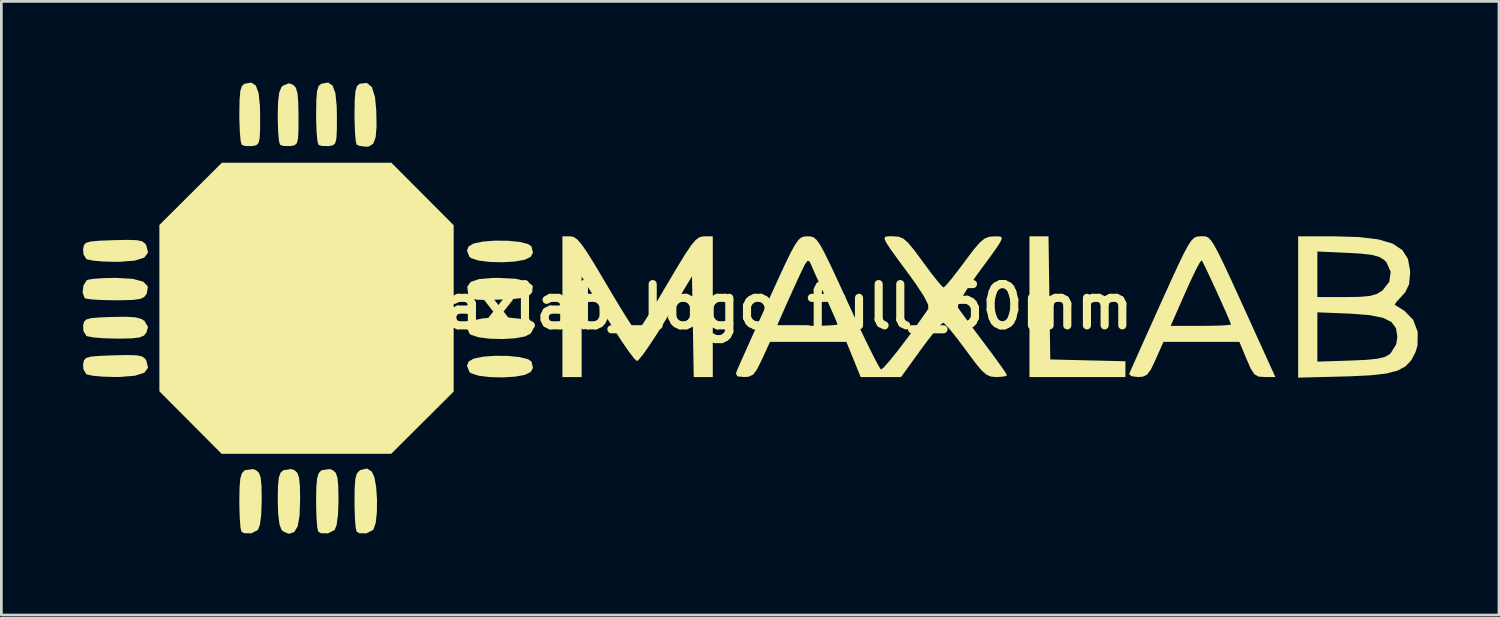
<source format=kicad_pcb>
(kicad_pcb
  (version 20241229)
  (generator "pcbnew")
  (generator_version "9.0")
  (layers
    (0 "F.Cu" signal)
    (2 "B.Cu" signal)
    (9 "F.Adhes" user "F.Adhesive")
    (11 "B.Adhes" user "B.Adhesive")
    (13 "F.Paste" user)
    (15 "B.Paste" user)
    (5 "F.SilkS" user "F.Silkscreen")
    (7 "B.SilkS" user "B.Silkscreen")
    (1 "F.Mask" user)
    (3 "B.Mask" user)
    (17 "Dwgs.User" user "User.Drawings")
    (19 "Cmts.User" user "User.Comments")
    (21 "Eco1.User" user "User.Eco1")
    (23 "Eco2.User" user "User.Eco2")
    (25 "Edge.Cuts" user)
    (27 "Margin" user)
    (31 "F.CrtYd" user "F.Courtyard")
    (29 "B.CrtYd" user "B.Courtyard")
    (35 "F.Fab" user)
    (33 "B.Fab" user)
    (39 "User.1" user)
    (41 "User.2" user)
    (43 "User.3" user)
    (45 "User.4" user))
  (footprint "maxlab_logo_full_50mm"
    (layer "F.Cu")
    (at 25.046 8.276)
    (property "Reference" "maxlab_logo_full_50mm" (at 0 0 0) (layer "F.SilkS") (effects (font (size 1.524 1.524) (thickness 0.3))))
    (attr board_only exclude_from_pos_files exclude_from_bom)
    (fp_poly (pts (xy 10.692 1.949) (xy 12.08 1.983) (xy 13.468 2.016) (xy 13.468 2.599) (xy 9.924 2.599) (xy 9.924 -2.599) (xy 10.627 -2.599)) (stroke (width 0) (type solid)) (fill yes) (layer "F.SilkS"))
    (fp_poly (pts (xy -11.341 -3.008) (xy -11.341 3.135) (xy -12.495 4.285) (xy -13.649 5.434) (xy -19.911 5.434) (xy -22.21 3.126) (xy -22.21 -3.017) (xy -19.902 -5.316) (xy -13.641 -5.316)) (stroke (width 0) (type solid)) (fill yes) (layer "F.SilkS"))
    (fp_poly (pts (xy -9.337 -2.434) (xy -8.908 -2.392) (xy -8.591 -2.312) (xy -8.467 -2.225) (xy -8.412 -1.993) (xy -8.498 -1.841) (xy -8.707 -1.735) (xy -9.076 -1.668) (xy -9.533 -1.64) (xy -10.004 -1.652) (xy -10.417 -1.703) (xy -10.699 -1.794) (xy -10.759 -1.841) (xy -10.85 -2.068) (xy -10.79 -2.225) (xy -10.604 -2.334) (xy -10.254 -2.406) (xy -9.808 -2.439)) (stroke (width 0) (type solid)) (fill yes) (layer "F.SilkS"))
    (fp_poly (pts (xy -9.337 0.401) (xy -8.908 0.443) (xy -8.591 0.524) (xy -8.467 0.61) (xy -8.412 0.842) (xy -8.498 0.994) (xy -8.707 1.101) (xy -9.076 1.168) (xy -9.533 1.195) (xy -10.004 1.183) (xy -10.417 1.132) (xy -10.699 1.042) (xy -10.759 0.994) (xy -10.85 0.767) (xy -10.79 0.61) (xy -10.604 0.501) (xy -10.254 0.43) (xy -9.808 0.396)) (stroke (width 0) (type solid)) (fill yes) (layer "F.SilkS"))
    (fp_poly (pts (xy -9.337 1.819) (xy -8.908 1.861) (xy -8.591 1.941) (xy -8.467 2.028) (xy -8.412 2.26) (xy -8.498 2.412) (xy -8.707 2.518) (xy -9.076 2.585) (xy -9.533 2.613) (xy -10.004 2.601) (xy -10.417 2.55) (xy -10.699 2.459) (xy -10.759 2.412) (xy -10.85 2.185) (xy -10.79 2.028) (xy -10.604 1.919) (xy -10.254 1.847) (xy -9.808 1.814)) (stroke (width 0) (type solid)) (fill yes) (layer "F.SilkS"))
    (fp_poly (pts (xy -14.36 -8.105) (xy -14.247 -7.744) (xy -14.2 -7.256) (xy -14.189 -6.656) (xy -14.222 -6.256) (xy -14.31 -6.022) (xy -14.462 -5.919) (xy -14.573 -5.907) (xy -14.82 -5.938) (xy -14.925 -5.986) (xy -14.96 -6.132) (xy -14.987 -6.456) (xy -15.002 -6.899) (xy -15.004 -7.112) (xy -14.996 -7.631) (xy -14.969 -7.96) (xy -14.913 -8.144) (xy -14.822 -8.229) (xy -14.81 -8.233) (xy -14.545 -8.263)) (stroke (width 0) (type solid)) (fill yes) (layer "F.SilkS"))
    (fp_poly (pts (xy -9.048 -1.03) (xy -8.621 -0.931) (xy -8.419 -0.768) (xy -8.442 -0.54) (xy -8.459 -0.509) (xy -8.564 -0.403) (xy -8.753 -0.333) (xy -9.074 -0.29) (xy -9.578 -0.264) (xy -9.661 -0.262) (xy -10.17 -0.249) (xy -10.492 -0.258) (xy -10.675 -0.297) (xy -10.768 -0.374) (xy -10.81 -0.474) (xy -10.838 -0.738) (xy -10.71 -0.916) (xy -10.403 -1.019) (xy -9.894 -1.061) (xy -9.696 -1.063)) (stroke (width 0) (type solid)) (fill yes) (layer "F.SilkS"))
    (fp_poly (pts (xy -17.222 6.039) (xy -17.116 6.134) (xy -17.052 6.312) (xy -17.02 6.623) (xy -17.012 7.119) (xy -17.012 7.128) (xy -17.033 7.72) (xy -17.101 8.109) (xy -17.227 8.321) (xy -17.42 8.388) (xy -17.426 8.388) (xy -17.616 8.312) (xy -17.697 8.246) (xy -17.774 8.046) (xy -17.823 7.651) (xy -17.839 7.13) (xy -17.83 6.627) (xy -17.798 6.311) (xy -17.733 6.13) (xy -17.635 6.041) (xy -17.335 5.997)) (stroke (width 0) (type solid)) (fill yes) (layer "F.SilkS"))
    (fp_poly (pts (xy -14.362 6.093) (xy -14.266 6.308) (xy -14.202 6.679) (xy -14.172 7.132) (xy -14.177 7.59) (xy -14.219 7.979) (xy -14.3 8.224) (xy -14.319 8.246) (xy -14.557 8.37) (xy -14.819 8.369) (xy -14.925 8.309) (xy -14.96 8.163) (xy -14.987 7.839) (xy -15.002 7.397) (xy -15.004 7.191) (xy -14.997 6.681) (xy -14.972 6.356) (xy -14.918 6.166) (xy -14.824 6.059) (xy -14.776 6.03) (xy -14.538 5.978)) (stroke (width 0) (type solid)) (fill yes) (layer "F.SilkS"))
    (fp_poly (pts (xy -23.195 -1.029) (xy -22.807 -0.924) (xy -22.635 -0.747) (xy -22.673 -0.493) (xy -22.687 -0.464) (xy -22.775 -0.353) (xy -22.927 -0.285) (xy -23.194 -0.249) (xy -23.627 -0.237) (xy -23.849 -0.236) (xy -24.323 -0.245) (xy -24.704 -0.267) (xy -24.931 -0.3) (xy -24.967 -0.315) (xy -25.046 -0.525) (xy -25.014 -0.788) (xy -24.89 -0.975) (xy -24.859 -0.992) (xy -24.653 -1.027) (xy -24.287 -1.053) (xy -23.838 -1.063) (xy -23.804 -1.063)) (stroke (width 0) (type solid)) (fill yes) (layer "F.SilkS"))
    (fp_poly (pts (xy -23.084 0.395) (xy -22.867 0.455) (xy -22.755 0.535) (xy -22.63 0.75) (xy -22.687 0.953) (xy -22.779 1.068) (xy -22.938 1.136) (xy -23.217 1.17) (xy -23.669 1.18) (xy -23.78 1.18) (xy -24.251 1.167) (xy -24.64 1.136) (xy -24.878 1.091) (xy -24.908 1.078) (xy -25.016 0.895) (xy -25.026 0.695) (xy -24.994 0.559) (xy -24.91 0.473) (xy -24.728 0.424) (xy -24.398 0.396) (xy -23.966 0.38) (xy -23.433 0.372)) (stroke (width 0) (type solid)) (fill yes) (layer "F.SilkS"))
    (fp_poly (pts (xy -23.049 -2.456) (xy -22.852 -2.416) (xy -22.741 -2.336) (xy -22.69 -2.257) (xy -22.627 -1.998) (xy -22.766 -1.814) (xy -23.115 -1.702) (xy -23.681 -1.657) (xy -23.843 -1.656) (xy -24.299 -1.669) (xy -24.673 -1.703) (xy -24.892 -1.75) (xy -24.908 -1.758) (xy -25.016 -1.941) (xy -25.026 -2.14) (xy -24.995 -2.273) (xy -24.916 -2.358) (xy -24.742 -2.408) (xy -24.427 -2.436) (xy -23.924 -2.455) (xy -23.9 -2.456) (xy -23.382 -2.467)) (stroke (width 0) (type solid)) (fill yes) (layer "F.SilkS"))
    (fp_poly (pts (xy -23.049 1.797) (xy -22.852 1.837) (xy -22.741 1.917) (xy -22.69 1.996) (xy -22.627 2.255) (xy -22.766 2.439) (xy -23.115 2.551) (xy -23.681 2.596) (xy -23.843 2.597) (xy -24.299 2.584) (xy -24.673 2.55) (xy -24.892 2.503) (xy -24.908 2.495) (xy -25.016 2.312) (xy -25.026 2.113) (xy -24.995 1.98) (xy -24.916 1.895) (xy -24.742 1.845) (xy -24.427 1.817) (xy -23.924 1.798) (xy -23.9 1.797) (xy -23.382 1.786)) (stroke (width 0) (type solid)) (fill yes) (layer "F.SilkS"))
    (fp_poly (pts (xy -18.648 -8.168) (xy -18.545 -7.887) (xy -18.496 -7.409) (xy -18.489 -7.016) (xy -18.491 -6.516) (xy -18.508 -6.205) (xy -18.552 -6.036) (xy -18.635 -5.961) (xy -18.772 -5.933) (xy -18.789 -5.931) (xy -19.047 -5.934) (xy -19.173 -5.98) (xy -19.21 -6.129) (xy -19.239 -6.455) (xy -19.255 -6.9) (xy -19.257 -7.112) (xy -19.249 -7.631) (xy -19.222 -7.96) (xy -19.166 -8.144) (xy -19.075 -8.229) (xy -19.063 -8.233) (xy -18.817 -8.276)) (stroke (width 0) (type solid)) (fill yes) (layer "F.SilkS"))
    (fp_poly (pts (xy -18.64 6.039) (xy -18.533 6.134) (xy -18.469 6.312) (xy -18.438 6.623) (xy -18.43 7.119) (xy -18.43 7.128) (xy -18.448 7.674) (xy -18.498 8.061) (xy -18.572 8.246) (xy -18.81 8.37) (xy -19.072 8.369) (xy -19.178 8.309) (xy -19.213 8.163) (xy -19.24 7.839) (xy -19.255 7.397) (xy -19.257 7.193) (xy -19.249 6.674) (xy -19.22 6.343) (xy -19.162 6.15) (xy -19.065 6.048) (xy -19.053 6.041) (xy -18.753 5.997)) (stroke (width 0) (type solid)) (fill yes) (layer "F.SilkS"))
    (fp_poly (pts (xy -15.813 -8.168) (xy -15.709 -7.887) (xy -15.661 -7.409) (xy -15.653 -7.016) (xy -15.656 -6.516) (xy -15.673 -6.205) (xy -15.716 -6.036) (xy -15.8 -5.961) (xy -15.937 -5.933) (xy -15.953 -5.931) (xy -16.211 -5.934) (xy -16.337 -5.98) (xy -16.375 -6.129) (xy -16.404 -6.455) (xy -16.42 -6.9) (xy -16.421 -7.112) (xy -16.414 -7.631) (xy -16.386 -7.96) (xy -16.331 -8.144) (xy -16.239 -8.229) (xy -16.228 -8.233) (xy -15.982 -8.276)) (stroke (width 0) (type solid)) (fill yes) (layer "F.SilkS"))
    (fp_poly (pts (xy -15.804 6.039) (xy -15.698 6.134) (xy -15.634 6.312) (xy -15.603 6.623) (xy -15.594 7.119) (xy -15.594 7.128) (xy -15.612 7.674) (xy -15.663 8.061) (xy -15.736 8.246) (xy -15.974 8.37) (xy -16.237 8.369) (xy -16.343 8.309) (xy -16.378 8.163) (xy -16.405 7.839) (xy -16.42 7.397) (xy -16.421 7.193) (xy -16.414 6.674) (xy -16.385 6.343) (xy -16.327 6.15) (xy -16.23 6.048) (xy -16.218 6.041) (xy -15.917 5.997)) (stroke (width 0) (type solid)) (fill yes) (layer "F.SilkS"))
    (fp_poly (pts (xy -17.268 -8.191) (xy -17.17 -8.085) (xy -17.11 -7.886) (xy -17.08 -7.546) (xy -17.071 -7.018) (xy -17.071 -7.016) (xy -17.074 -6.516) (xy -17.09 -6.205) (xy -17.134 -6.036) (xy -17.218 -5.961) (xy -17.355 -5.933) (xy -17.371 -5.931) (xy -17.629 -5.934) (xy -17.755 -5.98) (xy -17.794 -6.13) (xy -17.823 -6.455) (xy -17.838 -6.892) (xy -17.839 -7.035) (xy -17.827 -7.563) (xy -17.785 -7.903) (xy -17.706 -8.101) (xy -17.652 -8.16) (xy -17.425 -8.251)) (stroke (width 0) (type solid)) (fill yes) (layer "F.SilkS"))
    (fp_poly (pts (xy -6.909 -2.575) (xy -6.778 -2.485) (xy -6.617 -2.301) (xy -6.405 -1.995) (xy -6.123 -1.541) (xy -5.749 -0.911) (xy -5.702 -0.831) (xy -5.36 -0.255) (xy -5.056 0.244) (xy -4.81 0.631) (xy -4.644 0.873) (xy -4.582 0.941) (xy -4.498 0.846) (xy -4.316 0.578) (xy -4.059 0.172) (xy -3.747 -0.341) (xy -3.46 -0.825) (xy -3.078 -1.47) (xy -2.791 -1.938) (xy -2.577 -2.256) (xy -2.414 -2.453) (xy -2.281 -2.556) (xy -2.156 -2.594) (xy -2.097 -2.597) (xy -1.772 -2.599) (xy -1.772 2.599) (xy -2.475 2.599) (xy -2.507 0.738) (xy -2.54 -1.122) (xy -3.484 0.443) (xy -3.818 0.982) (xy -4.119 1.441) (xy -4.362 1.785) (xy -4.524 1.978) (xy -4.57 2.008) (xy -4.677 1.912) (xy -4.88 1.648) (xy -5.154 1.249) (xy -5.475 0.752) (xy -5.663 0.448) (xy -6.616 -1.112) (xy -6.616 2.599) (xy -7.325 2.599) (xy -7.325 -2.599) (xy -7.031 -2.599)) (stroke (width 0) (type solid)) (fill yes) (layer "F.SilkS"))
    (fp_poly (pts (xy 16.449 -2.59) (xy 16.534 -2.547) (xy 16.627 -2.449) (xy 16.741 -2.277) (xy 16.887 -2.007) (xy 17.078 -1.62) (xy 17.325 -1.094) (xy 17.639 -0.407) (xy 18.034 0.461) (xy 18.294 1.034) (xy 19.005 2.599) (xy 18.611 2.599) (xy 18.382 2.581) (xy 18.227 2.493) (xy 18.092 2.282) (xy 17.947 1.949) (xy 17.677 1.3) (xy 14.873 1.3) (xy 14.585 1.949) (xy 14.411 2.315) (xy 14.268 2.51) (xy 14.103 2.587) (xy 13.932 2.599) (xy 13.692 2.568) (xy 13.604 2.493) (xy 13.606 2.487) (xy 13.664 2.351) (xy 13.805 2.032) (xy 14.015 1.561) (xy 14.28 0.97) (xy 14.398 0.709) (xy 15.138 0.709) (xy 16.252 0.709) (xy 16.733 0.704) (xy 17.109 0.691) (xy 17.33 0.671) (xy 17.367 0.658) (xy 17.32 0.531) (xy 17.198 0.246) (xy 17.025 -0.143) (xy 16.827 -0.581) (xy 16.628 -1.011) (xy 16.454 -1.381) (xy 16.329 -1.633) (xy 16.283 -1.713) (xy 16.217 -1.635) (xy 16.079 -1.379) (xy 15.89 -0.987) (xy 15.683 -0.53) (xy 15.138 0.709) (xy 14.398 0.709) (xy 14.585 0.292) (xy 14.767 -0.112) (xy 15.126 -0.905) (xy 15.404 -1.508) (xy 15.615 -1.948) (xy 15.776 -2.25) (xy 15.902 -2.44) (xy 16.009 -2.545) (xy 16.112 -2.589) (xy 16.226 -2.598) (xy 16.257 -2.599) (xy 16.36 -2.6)) (stroke (width 0) (type solid)) (fill yes) (layer "F.SilkS"))
    (fp_poly (pts (xy 21.177 -2.598) (xy 22.101 -2.571) (xy 22.815 -2.484) (xy 23.34 -2.328) (xy 23.695 -2.091) (xy 23.902 -1.765) (xy 23.98 -1.34) (xy 23.982 -1.24) (xy 23.945 -0.83) (xy 23.805 -0.537) (xy 23.68 -0.396) (xy 23.492 -0.193) (xy 23.412 -0.077) (xy 23.414 -0.07) (xy 23.529 0.002) (xy 23.758 0.145) (xy 23.771 0.153) (xy 24.095 0.485) (xy 24.263 0.937) (xy 24.255 1.438) (xy 24.18 1.681) (xy 24.024 1.98) (xy 23.815 2.202) (xy 23.52 2.361) (xy 23.103 2.468) (xy 22.528 2.534) (xy 21.762 2.572) (xy 21.531 2.578) (xy 19.847 2.621) (xy 19.847 0.209) (xy 20.556 0.209) (xy 20.556 2.03) (xy 21.785 1.99) (xy 22.372 1.963) (xy 22.773 1.922) (xy 23.037 1.859) (xy 23.214 1.764) (xy 23.261 1.724) (xy 23.469 1.386) (xy 23.51 1.107) (xy 23.46 0.794) (xy 23.293 0.567) (xy 22.979 0.411) (xy 22.49 0.313) (xy 21.798 0.259) (xy 21.719 0.255) (xy 20.556 0.209) (xy 19.847 0.209) (xy 19.847 -2.037) (xy 20.556 -2.037) (xy 20.556 -0.354) (xy 21.604 -0.354) (xy 22.139 -0.363) (xy 22.499 -0.397) (xy 22.746 -0.466) (xy 22.941 -0.583) (xy 22.962 -0.599) (xy 23.213 -0.92) (xy 23.264 -1.289) (xy 23.11 -1.635) (xy 23.031 -1.719) (xy 22.853 -1.832) (xy 22.583 -1.909) (xy 22.17 -1.959) (xy 21.672 -1.988) (xy 20.556 -2.037) (xy 19.847 -2.037) (xy 19.847 -2.599)) (stroke (width 0) (type solid)) (fill yes) (layer "F.SilkS"))
    (fp_poly (pts (xy 4.875 -2.599) (xy 4.89 -2.599) (xy 5.092 -2.584) (xy 5.263 -2.516) (xy 5.444 -2.358) (xy 5.678 -2.075) (xy 5.988 -1.654) (xy 6.285 -1.253) (xy 6.534 -0.937) (xy 6.702 -0.746) (xy 6.751 -0.709) (xy 6.85 -0.798) (xy 7.052 -1.038) (xy 7.325 -1.389) (xy 7.52 -1.65) (xy 7.849 -2.087) (xy 8.085 -2.365) (xy 8.27 -2.518) (xy 8.445 -2.583) (xy 8.602 -2.595) (xy 8.77 -2.597) (xy 8.874 -2.581) (xy 8.903 -2.517) (xy 8.843 -2.378) (xy 8.683 -2.133) (xy 8.409 -1.754) (xy 8.01 -1.212) (xy 8.006 -1.207) (xy 7.662 -0.717) (xy 7.417 -0.324) (xy 7.291 -0.059) (xy 7.283 0.034) (xy 7.385 0.18) (xy 7.598 0.472) (xy 7.891 0.868) (xy 8.233 1.323) (xy 8.566 1.77) (xy 8.839 2.146) (xy 9.025 2.414) (xy 9.097 2.533) (xy 9.097 2.534) (xy 8.993 2.578) (xy 8.739 2.599) (xy 8.697 2.599) (xy 8.505 2.583) (xy 8.338 2.513) (xy 8.156 2.354) (xy 7.921 2.07) (xy 7.593 1.629) (xy 7.568 1.595) (xy 7.258 1.181) (xy 6.992 0.85) (xy 6.804 0.642) (xy 6.735 0.591) (xy 6.627 0.681) (xy 6.418 0.924) (xy 6.139 1.281) (xy 5.907 1.595) (xy 5.182 2.599) (xy 3.69 2.599) (xy 3.426 1.949) (xy 3.162 1.3) (xy 0.341 1.3) (xy 0.044 1.949) (xy -0.137 2.315) (xy -0.284 2.511) (xy -0.451 2.588) (xy -0.612 2.599) (xy -0.856 2.575) (xy -0.915 2.477) (xy -0.892 2.392) (xy -0.822 2.228) (xy -0.669 1.882) (xy -0.449 1.39) (xy -0.176 0.785) (xy -0.142 0.709) (xy 0.599 0.709) (xy 1.717 0.709) (xy 2.199 0.704) (xy 2.576 0.69) (xy 2.798 0.67) (xy 2.835 0.656) (xy 2.789 0.532) (xy 2.666 0.247) (xy 2.49 -0.147) (xy 2.411 -0.318) (xy 2.2 -0.781) (xy 2.015 -1.194) (xy 1.887 -1.485) (xy 1.866 -1.536) (xy 1.798 -1.675) (xy 1.73 -1.695) (xy 1.635 -1.568) (xy 1.485 -1.264) (xy 1.392 -1.063) (xy 1.174 -0.587) (xy 0.962 -0.115) (xy 0.819 0.207) (xy 0.599 0.709) (xy -0.142 0.709) (xy 0.133 0.102) (xy 0.272 -0.205) (xy 0.626 -0.981) (xy 0.897 -1.567) (xy 1.104 -1.992) (xy 1.261 -2.279) (xy 1.385 -2.458) (xy 1.492 -2.553) (xy 1.597 -2.59) (xy 1.717 -2.598) (xy 1.727 -2.598) (xy 1.847 -2.593) (xy 1.953 -2.559) (xy 2.058 -2.472) (xy 2.18 -2.304) (xy 2.333 -2.029) (xy 2.535 -1.623) (xy 2.8 -1.058) (xy 3.145 -0.309) (xy 3.216 -0.153) (xy 3.542 0.549) (xy 3.839 1.174) (xy 4.094 1.693) (xy 4.29 2.074) (xy 4.413 2.287) (xy 4.443 2.321) (xy 4.545 2.241) (xy 4.754 2.004) (xy 5.042 1.648) (xy 5.378 1.209) (xy 5.735 0.724) (xy 6.084 0.231) (xy 6.189 0.077) (xy 6.18 -0.079) (xy 6.029 -0.38) (xy 5.73 -0.835) (xy 5.474 -1.191) (xy 5.07 -1.738) (xy 4.793 -2.121) (xy 4.629 -2.371) (xy 4.568 -2.514) (xy 4.596 -2.581) (xy 4.702 -2.6)) (stroke (width 0) (type solid)) (fill yes) (layer "F.SilkS")))
  (gr_rect
    (start -3 -3)
    (end 52.309 19.664)
    (stroke (width 0.1) (type default))
    (fill no)
    (layer "Edge.Cuts")))
</source>
